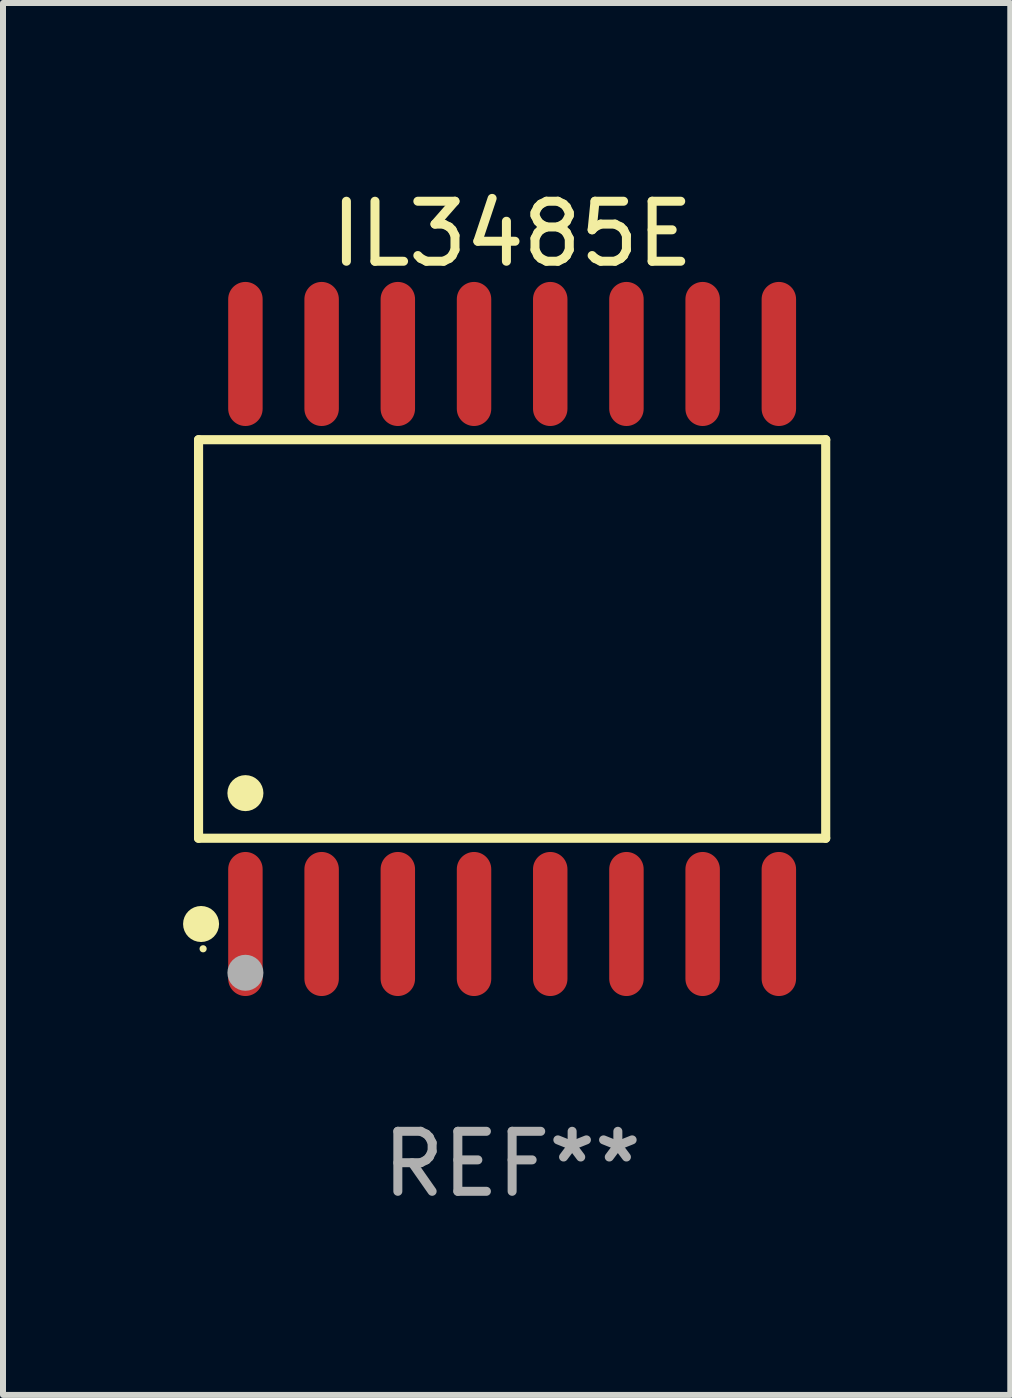
<source format=kicad_pcb>
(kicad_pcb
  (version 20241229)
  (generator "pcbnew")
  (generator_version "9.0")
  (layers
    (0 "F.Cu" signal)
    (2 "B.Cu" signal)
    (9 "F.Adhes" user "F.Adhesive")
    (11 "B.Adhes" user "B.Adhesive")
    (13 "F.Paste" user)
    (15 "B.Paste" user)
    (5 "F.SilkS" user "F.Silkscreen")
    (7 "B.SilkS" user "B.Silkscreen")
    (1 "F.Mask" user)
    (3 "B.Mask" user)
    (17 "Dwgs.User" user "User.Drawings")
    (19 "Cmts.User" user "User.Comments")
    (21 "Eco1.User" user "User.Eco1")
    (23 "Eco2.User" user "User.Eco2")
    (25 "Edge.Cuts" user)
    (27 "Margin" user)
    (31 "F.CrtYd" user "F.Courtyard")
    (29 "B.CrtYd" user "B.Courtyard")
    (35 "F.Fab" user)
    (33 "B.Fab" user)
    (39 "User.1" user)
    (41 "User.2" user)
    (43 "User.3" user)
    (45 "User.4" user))
  (footprint "IL3485E"
    (layer "F.Cu")
    (at 5.485 7.599)
    (property "Reference" "IL3485E" (at 0 -6.75 0) (layer "F.SilkS") (effects (font (size 1 1) (thickness 0.15))))
    (attr through_hole)
    (fp_line (start -5.226 -3.321) (end 5.226 -3.321) (stroke (width 0.152) (type solid)) (layer "F.SilkS"))
    (fp_line (start -5.226 3.321) (end -5.226 -3.321) (stroke (width 0.152) (type solid)) (layer "F.SilkS"))
    (fp_line (start 5.226 -3.321) (end 5.226 3.321) (stroke (width 0.152) (type solid)) (layer "F.SilkS"))
    (fp_line (start 5.226 3.321) (end -5.226 3.321) (stroke (width 0.152) (type solid)) (layer "F.SilkS"))
    (fp_circle (center -5.184 4.75) (end -5.034 4.75) (stroke (width 0.3) (type solid)) (fill no) (layer "F.SilkS"))
    (fp_circle (center -5.15 5.163) (end -5.12 5.163) (stroke (width 0.06) (type solid)) (fill no) (layer "F.SilkS"))
    (fp_circle (center -4.445 2.569) (end -4.295 2.569) (stroke (width 0.3) (type solid)) (fill no) (layer "F.SilkS"))
    (fp_circle (center -4.445 5.563) (end -4.295 5.563) (stroke (width 0.3) (type solid)) (fill no) (layer "F.Fab"))
    (fp_text user "REF**" (at 0 8.75 0) (layer "F.Fab") (effects (font (size 1 1) (thickness 0.15))))
    (pad "1" smd oval (at -4.445 4.75) (size 0.574 2.401) (layers "F.Cu" "F.Mask" "F.Paste"))
    (pad "2" smd oval (at -3.175 4.75) (size 0.574 2.401) (layers "F.Cu" "F.Mask" "F.Paste"))
    (pad "3" smd oval (at -1.905 4.75) (size 0.574 2.401) (layers "F.Cu" "F.Mask" "F.Paste"))
    (pad "4" smd oval (at -0.635 4.75) (size 0.574 2.401) (layers "F.Cu" "F.Mask" "F.Paste"))
    (pad "5" smd oval (at 0.635 4.75) (size 0.574 2.401) (layers "F.Cu" "F.Mask" "F.Paste"))
    (pad "6" smd oval (at 1.905 4.75) (size 0.574 2.401) (layers "F.Cu" "F.Mask" "F.Paste"))
    (pad "7" smd oval (at 3.175 4.75) (size 0.574 2.401) (layers "F.Cu" "F.Mask" "F.Paste"))
    (pad "8" smd oval (at 4.445 4.75) (size 0.574 2.401) (layers "F.Cu" "F.Mask" "F.Paste"))
    (pad "9" smd oval (at 4.445 -4.75) (size 0.574 2.401) (layers "F.Cu" "F.Mask" "F.Paste"))
    (pad "10" smd oval (at 3.175 -4.75) (size 0.574 2.401) (layers "F.Cu" "F.Mask" "F.Paste"))
    (pad "11" smd oval (at 1.905 -4.75) (size 0.574 2.401) (layers "F.Cu" "F.Mask" "F.Paste"))
    (pad "12" smd oval (at 0.635 -4.75) (size 0.574 2.401) (layers "F.Cu" "F.Mask" "F.Paste"))
    (pad "13" smd oval (at -0.635 -4.75) (size 0.574 2.401) (layers "F.Cu" "F.Mask" "F.Paste"))
    (pad "14" smd oval (at -1.905 -4.75) (size 0.574 2.401) (layers "F.Cu" "F.Mask" "F.Paste"))
    (pad "15" smd oval (at -3.175 -4.75) (size 0.574 2.401) (layers "F.Cu" "F.Mask" "F.Paste"))
    (pad "16" smd oval (at -4.445 -4.75) (size 0.574 2.401) (layers "F.Cu" "F.Mask" "F.Paste")))
  (gr_rect
    (start -3 -3)
    (end 13.787 20.197)
    (stroke (width 0.1) (type default))
    (fill no)
    (layer "Edge.Cuts")))
</source>
